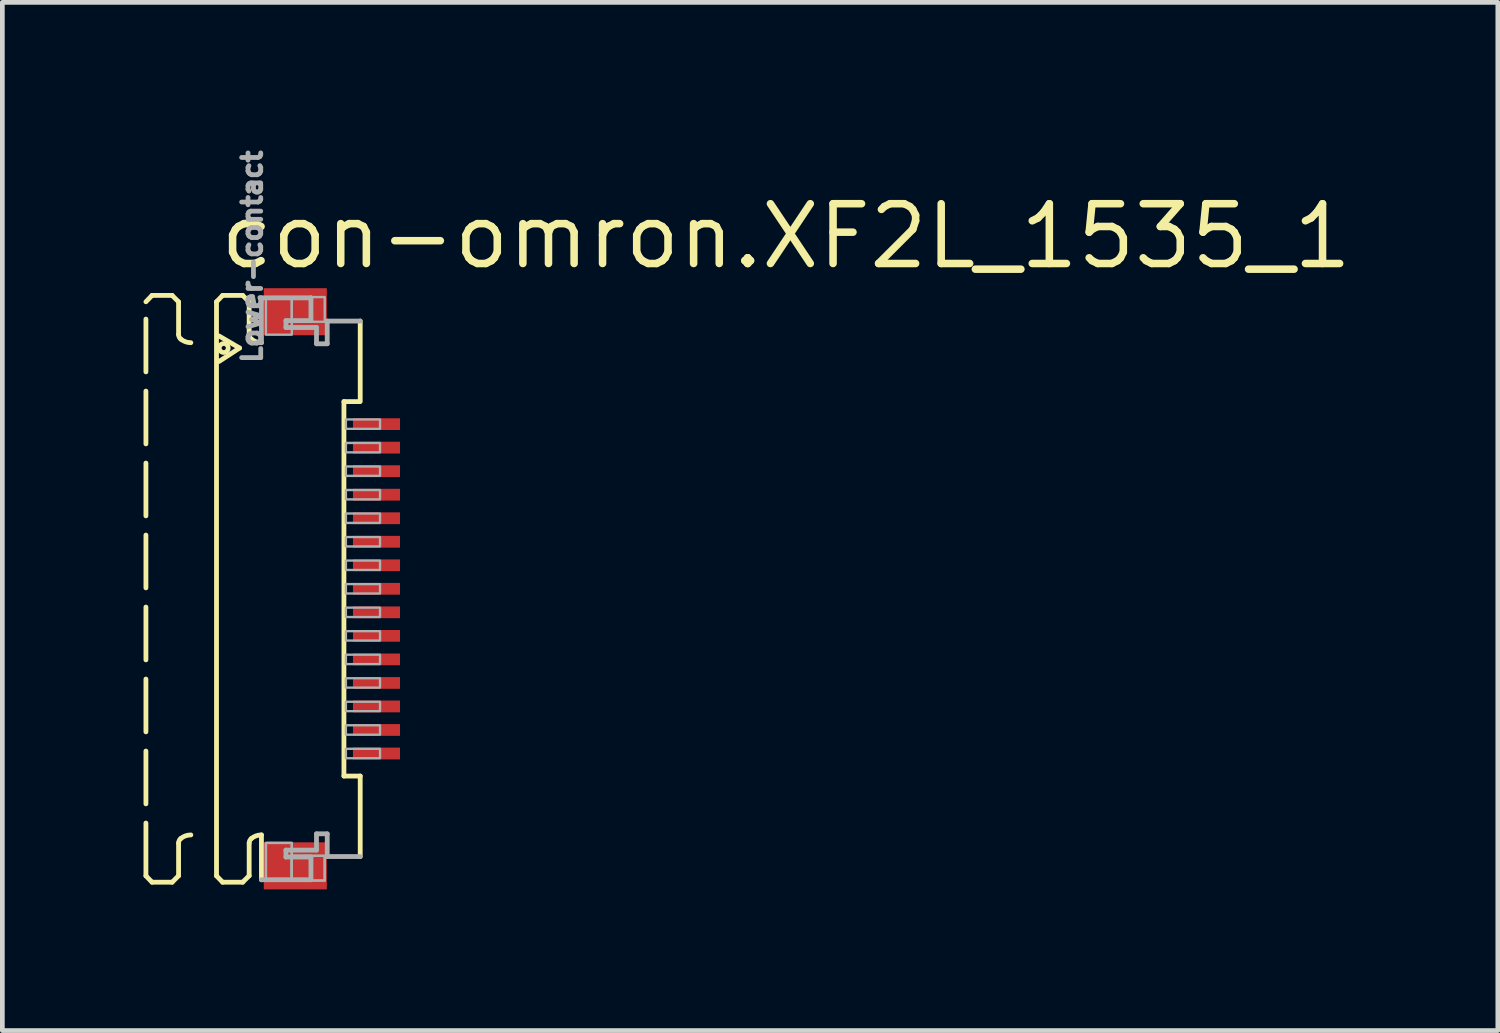
<source format=kicad_pcb>
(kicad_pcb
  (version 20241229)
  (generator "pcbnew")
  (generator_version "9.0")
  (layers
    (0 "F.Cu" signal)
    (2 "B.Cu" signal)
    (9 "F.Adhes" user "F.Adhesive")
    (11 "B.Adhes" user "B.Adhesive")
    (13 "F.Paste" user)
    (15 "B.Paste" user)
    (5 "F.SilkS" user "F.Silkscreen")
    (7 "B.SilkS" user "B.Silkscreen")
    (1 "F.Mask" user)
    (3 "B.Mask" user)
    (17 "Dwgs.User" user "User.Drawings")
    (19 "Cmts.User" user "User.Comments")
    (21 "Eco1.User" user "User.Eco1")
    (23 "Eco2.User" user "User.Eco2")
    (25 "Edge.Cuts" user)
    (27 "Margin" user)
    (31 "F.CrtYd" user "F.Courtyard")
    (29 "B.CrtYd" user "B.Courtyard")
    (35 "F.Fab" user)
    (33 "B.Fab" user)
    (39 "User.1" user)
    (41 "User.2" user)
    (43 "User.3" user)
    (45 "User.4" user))
  (footprint "con-omron.XF2L_1535_1"
    (layer "F.Cu")
    (at 3.046 9.463)
    (property "Reference" "con-omron.XF2L_1535_1" (at -1.5 -6.75 0) (layer "F.SilkS") (effects (font (size 1.27 1.27) (thickness 0.16)) (justify left bottom)))
    (attr smd)
    (fp_rect (start 1.355 -3.325) (end 2.455 -3.675) (stroke (width 0.05) (type default)) (fill yes) (layer "F.Mask"))
    (fp_rect (start 1.355 -2.825) (end 2.455 -3.175) (stroke (width 0.05) (type default)) (fill yes) (layer "F.Mask"))
    (fp_rect (start 1.355 -2.325) (end 2.455 -2.675) (stroke (width 0.05) (type default)) (fill yes) (layer "F.Mask"))
    (fp_rect (start 1.355 -1.825) (end 2.455 -2.175) (stroke (width 0.05) (type default)) (fill yes) (layer "F.Mask"))
    (fp_rect (start 1.355 -1.325) (end 2.455 -1.675) (stroke (width 0.05) (type default)) (fill yes) (layer "F.Mask"))
    (fp_rect (start 1.355 -0.825) (end 2.455 -1.175) (stroke (width 0.05) (type default)) (fill yes) (layer "F.Mask"))
    (fp_rect (start 1.355 -0.325) (end 2.455 -0.675) (stroke (width 0.05) (type default)) (fill yes) (layer "F.Mask"))
    (fp_rect (start 1.355 0.175) (end 2.455 -0.175) (stroke (width 0.05) (type default)) (fill yes) (layer "F.Mask"))
    (fp_rect (start 1.355 0.675) (end 2.455 0.325) (stroke (width 0.05) (type default)) (fill yes) (layer "F.Mask"))
    (fp_rect (start 1.355 1.175) (end 2.455 0.825) (stroke (width 0.05) (type default)) (fill yes) (layer "F.Mask"))
    (fp_rect (start 1.355 1.675) (end 2.455 1.325) (stroke (width 0.05) (type default)) (fill yes) (layer "F.Mask"))
    (fp_rect (start 1.355 2.175) (end 2.455 1.825) (stroke (width 0.05) (type default)) (fill yes) (layer "F.Mask"))
    (fp_rect (start 1.355 2.675) (end 2.455 2.325) (stroke (width 0.05) (type default)) (fill yes) (layer "F.Mask"))
    (fp_rect (start 1.355 3.175) (end 2.455 2.825) (stroke (width 0.05) (type default)) (fill yes) (layer "F.Mask"))
    (fp_rect (start 1.355 3.675) (end 2.455 3.325) (stroke (width 0.05) (type default)) (fill yes) (layer "F.Mask"))
    (fp_line (start -2.995 -6.1) (end -2.865 -6.235) (stroke (width 0.102) (type default)) (layer "F.SilkS"))
    (fp_line (start -2.995 6.1) (end -2.995 -6.1) (stroke (width 0.102) (type dash)) (layer "F.SilkS"))
    (fp_line (start -2.995 6.1) (end -2.865 6.235) (stroke (width 0.102) (type default)) (layer "F.SilkS"))
    (fp_line (start -2.865 -6.235) (end -2.438 -6.235) (stroke (width 0.102) (type dash)) (layer "F.SilkS"))
    (fp_line (start -2.865 6.235) (end -2.438 6.235) (stroke (width 0.102) (type dash)) (layer "F.SilkS"))
    (fp_line (start -2.438 -6.235) (end -2.301 -6.098) (stroke (width 0.102) (type default)) (layer "F.SilkS"))
    (fp_line (start -2.438 6.235) (end -2.301 6.098) (stroke (width 0.102) (type default)) (layer "F.SilkS"))
    (fp_line (start -2.301 -6.098) (end -2.301 -5.406) (stroke (width 0.102) (type dash)) (layer "F.SilkS"))
    (fp_line (start -2.301 6.098) (end -2.301 5.406) (stroke (width 0.102) (type dash)) (layer "F.SilkS"))
    (fp_line (start -1.495 -6.1) (end -1.365 -6.235) (stroke (width 0.102) (type default)) (layer "F.SilkS"))
    (fp_line (start -1.495 6.1) (end -1.495 -6.1) (stroke (width 0.102) (type default)) (layer "F.SilkS"))
    (fp_line (start -1.495 6.1) (end -1.365 6.235) (stroke (width 0.102) (type default)) (layer "F.SilkS"))
    (fp_line (start -1.441 -5.373) (end -1.005 -5.117) (stroke (width 0.102) (type default)) (layer "F.SilkS"))
    (fp_line (start -1.365 -6.235) (end -0.939 -6.235) (stroke (width 0.102) (type default)) (layer "F.SilkS"))
    (fp_line (start -1.365 6.235) (end -0.939 6.235) (stroke (width 0.102) (type default)) (layer "F.SilkS"))
    (fp_line (start -1.005 -5.117) (end -1.441 -4.832) (stroke (width 0.102) (type default)) (layer "F.SilkS"))
    (fp_line (start -0.939 -6.235) (end -0.801 -6.098) (stroke (width 0.102) (type default)) (layer "F.SilkS"))
    (fp_line (start -0.939 6.235) (end -0.801 6.098) (stroke (width 0.102) (type default)) (layer "F.SilkS"))
    (fp_line (start -0.801 -6.098) (end -0.801 -5.406) (stroke (width 0.102) (type default)) (layer "F.SilkS"))
    (fp_line (start -0.801 6.098) (end -0.801 5.406) (stroke (width 0.102) (type default)) (layer "F.SilkS"))
    (fp_line (start -0.54 5.23) (end -0.54 6.183) (stroke (width 0.102) (type default)) (layer "F.SilkS"))
    (fp_line (start 1.213 3.979) (end 1.213 -3.979) (stroke (width 0.102) (type default)) (layer "F.SilkS"))
    (fp_line (start 1.538 -3.979) (end 1.213 -3.979) (stroke (width 0.102) (type default)) (layer "F.SilkS"))
    (fp_line (start 1.559 -5.69) (end 1.559 -3.979) (stroke (width 0.102) (type default)) (layer "F.SilkS"))
    (fp_line (start 1.559 3.979) (end 1.213 3.979) (stroke (width 0.102) (type default)) (layer "F.SilkS"))
    (fp_line (start 1.559 5.69) (end 1.559 3.979) (stroke (width 0.102) (type default)) (layer "F.SilkS"))
    (fp_arc (start -2.301 5.4057) (mid -2.288538 5.350596) (end -2.2536 5.3062) (stroke (width 0.1016) (type default)) (layer "F.SilkS"))
    (fp_arc (start -2.2536 -5.3062) (mid -2.288538 -5.350596) (end -2.301 -5.4057) (stroke (width 0.1016) (type default)) (layer "F.SilkS"))
    (fp_arc (start -2.2536 5.3062) (mid -2.153476 5.249936) (end -2.0403 5.2304) (stroke (width 0.1016) (type default)) (layer "F.SilkS"))
    (fp_arc (start -2.0403 -5.2304) (mid -2.153476 -5.249936) (end -2.2536 -5.3062) (stroke (width 0.1016) (type default)) (layer "F.SilkS"))
    (fp_arc (start -0.801 5.4057) (mid -0.788538 5.350596) (end -0.7536 5.3062) (stroke (width 0.1016) (type default)) (layer "F.SilkS"))
    (fp_arc (start -0.7536 -5.3062) (mid -0.788538 -5.350596) (end -0.801 -5.4057) (stroke (width 0.1016) (type default)) (layer "F.SilkS"))
    (fp_arc (start -0.7536 5.3062) (mid -0.653476 5.249936) (end -0.5403 5.2304) (stroke (width 0.1016) (type default)) (layer "F.SilkS"))
    (fp_arc (start -0.5403 -5.2304) (mid -0.653476 -5.249936) (end -0.7536 -5.3062) (stroke (width 0.1016) (type default)) (layer "F.SilkS"))
    (fp_circle (center -1.341 -5.117) (end -1.246 -5.117) (stroke (width 0.1) (type default)) (fill no) (layer "F.SilkS"))
    (fp_line (start -0.54 -6.183) (end 0.512 -6.183) (stroke (width 0.102) (type default)) (layer "F.Fab"))
    (fp_line (start -0.54 -5.23) (end -0.54 -6.183) (stroke (width 0.102) (type default)) (layer "F.Fab"))
    (fp_line (start -0.54 6.183) (end 0.512 6.183) (stroke (width 0.102) (type default)) (layer "F.Fab"))
    (fp_line (start -0.019 -5.7) (end -0.019 -5.553) (stroke (width 0.102) (type default)) (layer "F.Fab"))
    (fp_line (start -0.019 -5.553) (end 0.63 -5.553) (stroke (width 0.102) (type default)) (layer "F.Fab"))
    (fp_line (start -0.019 5.553) (end 0.63 5.553) (stroke (width 0.102) (type default)) (layer "F.Fab"))
    (fp_line (start -0.019 5.7) (end -0.019 5.553) (stroke (width 0.102) (type default)) (layer "F.Fab"))
    (fp_line (start 0.512 -6.183) (end 0.512 -5.7) (stroke (width 0.102) (type default)) (layer "F.Fab"))
    (fp_line (start 0.512 -5.7) (end -0.019 -5.7) (stroke (width 0.102) (type default)) (layer "F.Fab"))
    (fp_line (start 0.512 5.7) (end -0.019 5.7) (stroke (width 0.102) (type default)) (layer "F.Fab"))
    (fp_line (start 0.512 6.183) (end 0.512 5.7) (stroke (width 0.102) (type default)) (layer "F.Fab"))
    (fp_line (start 0.63 -5.553) (end 0.63 -5.207) (stroke (width 0.102) (type default)) (layer "F.Fab"))
    (fp_line (start 0.63 -5.207) (end 0.858 -5.207) (stroke (width 0.102) (type default)) (layer "F.Fab"))
    (fp_line (start 0.63 5.207) (end 0.858 5.207) (stroke (width 0.102) (type default)) (layer "F.Fab"))
    (fp_line (start 0.63 5.553) (end 0.63 5.207) (stroke (width 0.102) (type default)) (layer "F.Fab"))
    (fp_line (start 0.858 -5.69) (end 1.559 -5.69) (stroke (width 0.102) (type default)) (layer "F.Fab"))
    (fp_line (start 0.858 -5.207) (end 0.858 -5.69) (stroke (width 0.102) (type default)) (layer "F.Fab"))
    (fp_line (start 0.858 5.207) (end 0.858 5.69) (stroke (width 0.102) (type default)) (layer "F.Fab"))
    (fp_line (start 0.858 5.69) (end 1.559 5.69) (stroke (width 0.102) (type default)) (layer "F.Fab"))
    (fp_rect (start -0.445 -5.4) (end 0.105 -6.2) (stroke (width 0.05) (type default)) (fill no) (layer "F.Fab"))
    (fp_rect (start -0.445 6.2) (end 0.105 5.4) (stroke (width 0.05) (type default)) (fill no) (layer "F.Fab"))
    (fp_rect (start -0.445 6.2) (end 0.105 5.4) (stroke (width 0.05) (type default)) (fill no) (layer "F.Fab"))
    (fp_rect (start 0.105 -5.675) (end 0.805 -6.2) (stroke (width 0.05) (type default)) (fill no) (layer "F.Fab"))
    (fp_rect (start 0.105 6.2) (end 0.805 5.675) (stroke (width 0.05) (type default)) (fill no) (layer "F.Fab"))
    (fp_rect (start 0.105 6.2) (end 0.805 5.675) (stroke (width 0.05) (type default)) (fill no) (layer "F.Fab"))
    (fp_rect (start 1.255 -3.4) (end 1.98 -3.6) (stroke (width 0.05) (type default)) (fill no) (layer "F.Fab"))
    (fp_rect (start 1.255 -2.9) (end 1.98 -3.1) (stroke (width 0.05) (type default)) (fill no) (layer "F.Fab"))
    (fp_rect (start 1.255 -2.4) (end 1.98 -2.6) (stroke (width 0.05) (type default)) (fill no) (layer "F.Fab"))
    (fp_rect (start 1.255 -1.9) (end 1.98 -2.1) (stroke (width 0.05) (type default)) (fill no) (layer "F.Fab"))
    (fp_rect (start 1.255 -1.4) (end 1.98 -1.6) (stroke (width 0.05) (type default)) (fill no) (layer "F.Fab"))
    (fp_rect (start 1.255 -0.9) (end 1.98 -1.1) (stroke (width 0.05) (type default)) (fill no) (layer "F.Fab"))
    (fp_rect (start 1.255 -0.4) (end 1.98 -0.6) (stroke (width 0.05) (type default)) (fill no) (layer "F.Fab"))
    (fp_rect (start 1.255 0.1) (end 1.98 -0.1) (stroke (width 0.05) (type default)) (fill no) (layer "F.Fab"))
    (fp_rect (start 1.255 0.6) (end 1.98 0.4) (stroke (width 0.05) (type default)) (fill no) (layer "F.Fab"))
    (fp_rect (start 1.255 1.1) (end 1.98 0.9) (stroke (width 0.05) (type default)) (fill no) (layer "F.Fab"))
    (fp_rect (start 1.255 1.6) (end 1.98 1.4) (stroke (width 0.05) (type default)) (fill no) (layer "F.Fab"))
    (fp_rect (start 1.255 2.1) (end 1.98 1.9) (stroke (width 0.05) (type default)) (fill no) (layer "F.Fab"))
    (fp_rect (start 1.255 2.6) (end 1.98 2.4) (stroke (width 0.05) (type default)) (fill no) (layer "F.Fab"))
    (fp_rect (start 1.255 3.1) (end 1.98 2.9) (stroke (width 0.05) (type default)) (fill no) (layer "F.Fab"))
    (fp_rect (start 1.255 3.6) (end 1.98 3.4) (stroke (width 0.05) (type default)) (fill no) (layer "F.Fab"))
    (fp_text user "Lower-contact" (at -0.5 -4.75 270) (layer "F.Fab") (effects (font (size 0.406 0.406) (thickness 0.15)) (justify left bottom)))
    (pad "1" smd roundrect (at 1.905 -3.5) (size 1 0.25) (layers "F.Cu" "F.Mask" "F.Paste") (roundrect_rratio 0.01))
    (pad "2" smd roundrect (at 1.905 -3) (size 1 0.25) (layers "F.Cu" "F.Mask" "F.Paste") (roundrect_rratio 0.01))
    (pad "3" smd roundrect (at 1.905 -2.5) (size 1 0.25) (layers "F.Cu" "F.Mask" "F.Paste") (roundrect_rratio 0.01))
    (pad "4" smd roundrect (at 1.905 -2) (size 1 0.25) (layers "F.Cu" "F.Mask" "F.Paste") (roundrect_rratio 0.01))
    (pad "5" smd roundrect (at 1.905 -1.5) (size 1 0.25) (layers "F.Cu" "F.Mask" "F.Paste") (roundrect_rratio 0.01))
    (pad "6" smd roundrect (at 1.905 -1) (size 1 0.25) (layers "F.Cu" "F.Mask" "F.Paste") (roundrect_rratio 0.01))
    (pad "7" smd roundrect (at 1.905 -0.5) (size 1 0.25) (layers "F.Cu" "F.Mask" "F.Paste") (roundrect_rratio 0.01))
    (pad "8" smd roundrect (at 1.905 0) (size 1 0.25) (layers "F.Cu" "F.Mask" "F.Paste") (roundrect_rratio 0.01))
    (pad "9" smd roundrect (at 1.905 0.5) (size 1 0.25) (layers "F.Cu" "F.Mask" "F.Paste") (roundrect_rratio 0.01))
    (pad "10" smd roundrect (at 1.905 1) (size 1 0.25) (layers "F.Cu" "F.Mask" "F.Paste") (roundrect_rratio 0.01))
    (pad "11" smd roundrect (at 1.905 1.5) (size 1 0.25) (layers "F.Cu" "F.Mask" "F.Paste") (roundrect_rratio 0.01))
    (pad "12" smd roundrect (at 1.905 2) (size 1 0.25) (layers "F.Cu" "F.Mask" "F.Paste") (roundrect_rratio 0.01))
    (pad "13" smd roundrect (at 1.905 2.5) (size 1 0.25) (layers "F.Cu" "F.Mask" "F.Paste") (roundrect_rratio 0.01))
    (pad "14" smd roundrect (at 1.905 3) (size 1 0.25) (layers "F.Cu" "F.Mask" "F.Paste") (roundrect_rratio 0.01))
    (pad "15" smd roundrect (at 1.905 3.5) (size 1 0.25) (layers "F.Cu" "F.Mask" "F.Paste") (roundrect_rratio 0.01))
    (pad "M1" smd roundrect (at 0.18 -5.888) (size 1.34 1) (layers "F.Cu" "F.Mask" "F.Paste") (roundrect_rratio 0.01))
    (pad "M2" smd roundrect (at 0.18 5.888) (size 1.34 1) (layers "F.Cu" "F.Mask" "F.Paste") (roundrect_rratio 0.01)))
  (gr_rect
    (start -3 -3)
    (end 28.781 18.851)
    (stroke (width 0.1) (type default))
    (fill no)
    (layer "Edge.Cuts")))
</source>
